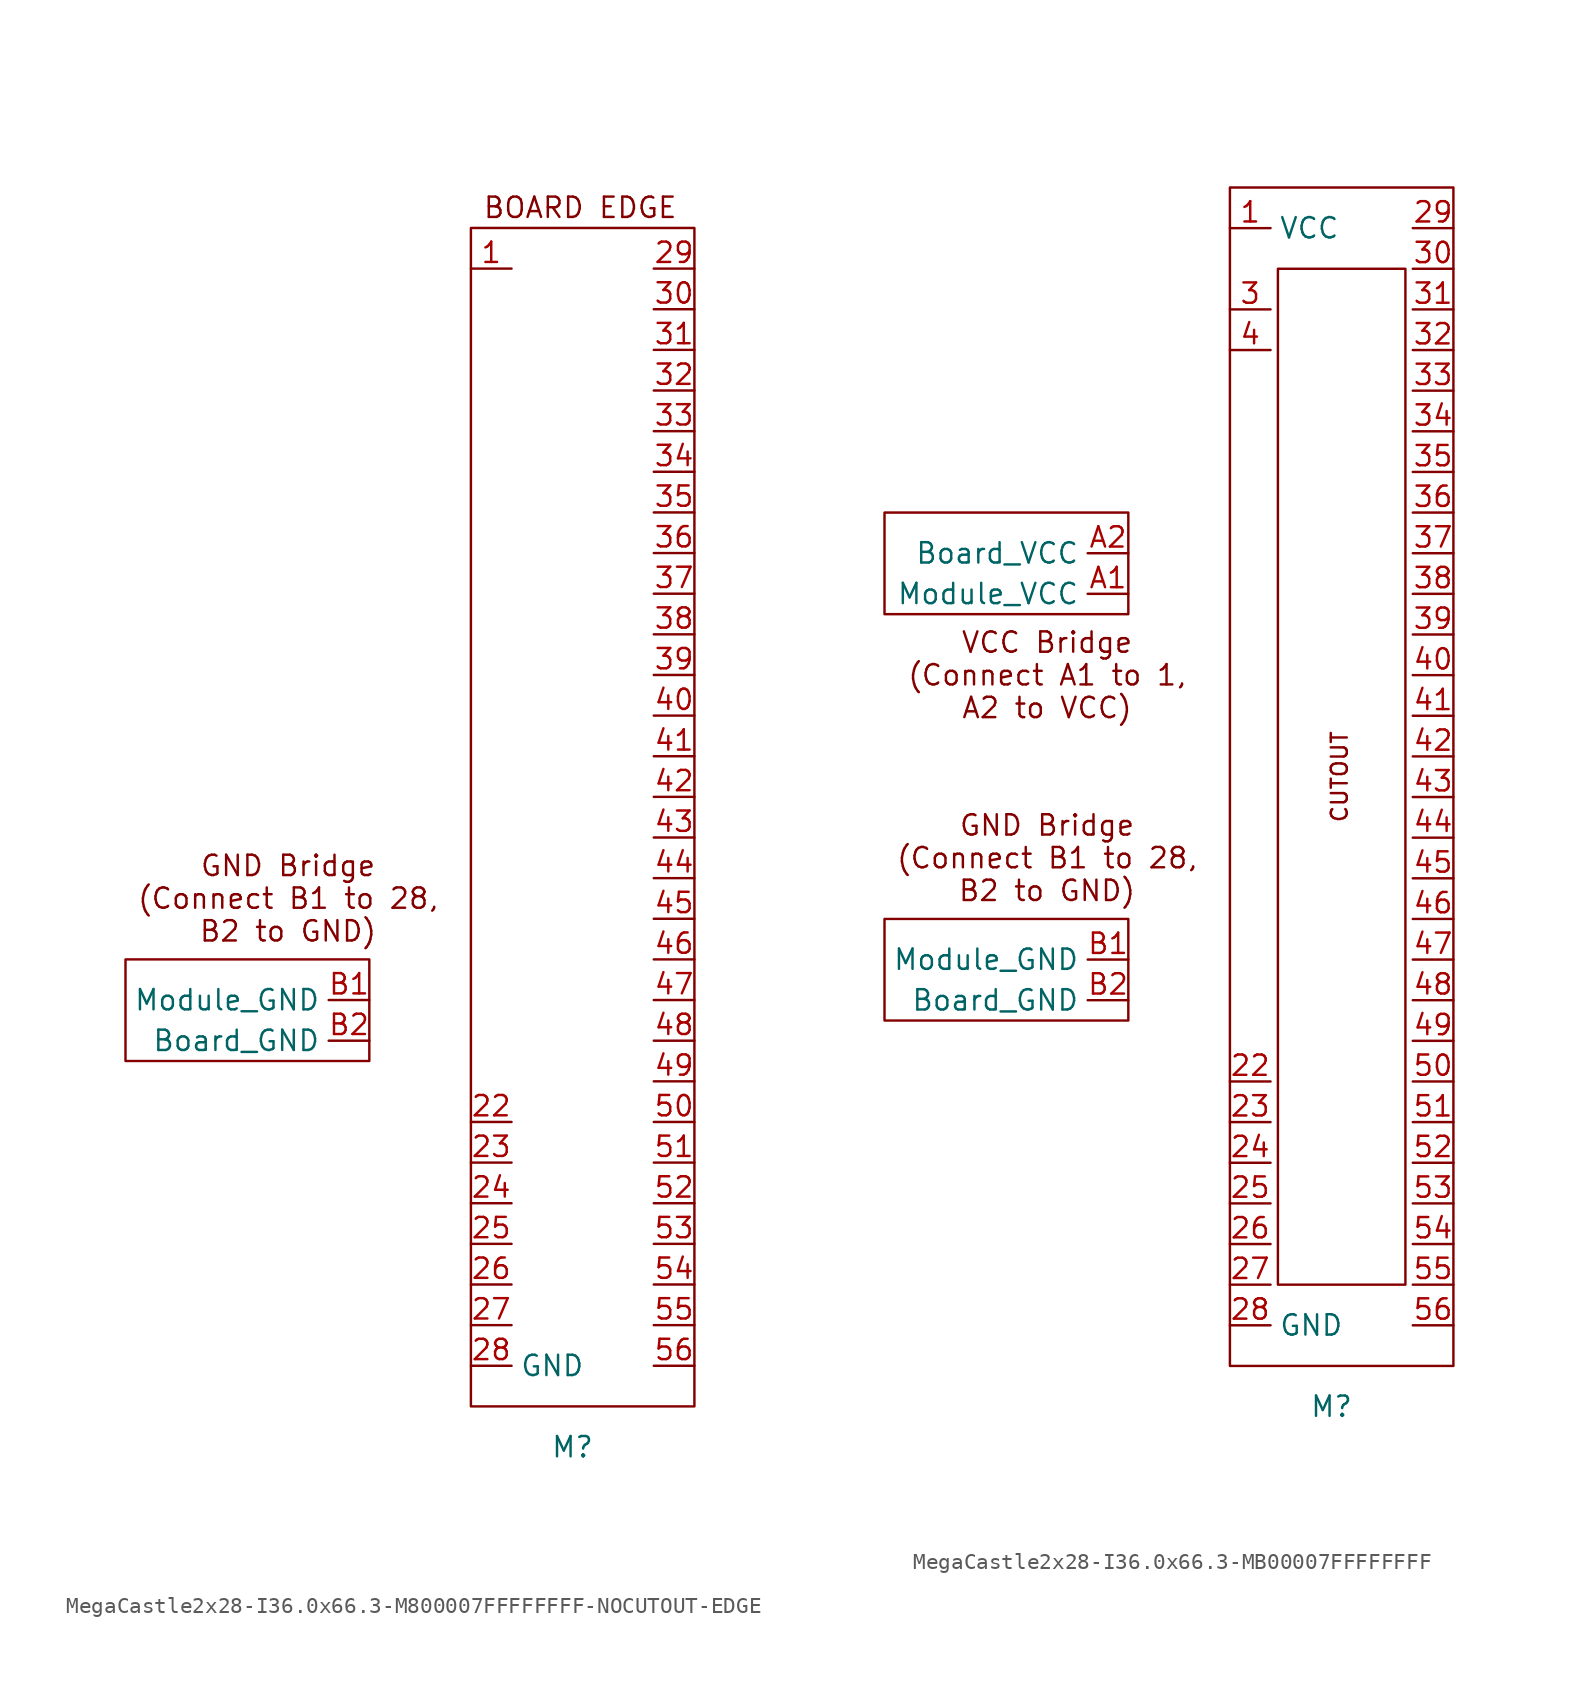
<source format=kicad_sym>
(kicad_symbol_lib
  (version 20231120)
  (generator "kicad_symbol_editor")
  (generator_version "8.0")
  (symbol "MegaCastle2x28-I36.0x66.3-M800007FFFFFFFF-NOCUTOUT-EDGE"
    (property "Reference" "M"
      (at 0 -39.37 0)
      (effects (font (size 1.27 1.27))))
    (property "Value" ""
      (at 0 5.08 0)
      (effects (font (size 1.27 1.27))))
    (symbol "MegaCastle2x28-I36.0x66.3-M800007FFFFFFFF-NOCUTOUT-EDGE_0_1"
      (rectangle (start -27.94 -8.89) (end -12.7 -15.24) (stroke (width 0) (type default)) (fill (type none)))
      (rectangle (start -6.35 36.83) (end 7.62 -36.83) (stroke (width 0) (type default)) (fill (type none))))
    (symbol "MegaCastle2x28-I36.0x66.3-M800007FFFFFFFF-NOCUTOUT-EDGE_1_1"
      (text " BOARD EDGE" (at 0 38.1 0) (effects (font (size 1.27 1.27))))
      (text "GND Bridge\n(Connect B1 to 28,\nB2 to GND)" (at -17.78 -5.08 0) (effects (font (size 1.27 1.27))))
      (pin bidirectional line (at -6.35 34.29 0) (length 2.54) (name "" (effects (font (size 1.27 1.27)))) (number "1" (effects (font (size 1.27 1.27)))))
      (pin bidirectional line (at -6.35 -19.05 0) (length 2.54) (name "" (effects (font (size 1.27 1.27)))) (number "22" (effects (font (size 1.27 1.27)))))
      (pin bidirectional line (at -6.35 -21.59 0) (length 2.54) (name "" (effects (font (size 1.27 1.27)))) (number "23" (effects (font (size 1.27 1.27)))))
      (pin bidirectional line (at -6.35 -24.13 0) (length 2.54) (name "" (effects (font (size 1.27 1.27)))) (number "24" (effects (font (size 1.27 1.27)))))
      (pin bidirectional line (at -6.35 -26.67 0) (length 2.54) (name "" (effects (font (size 1.27 1.27)))) (number "25" (effects (font (size 1.27 1.27)))))
      (pin bidirectional line (at -6.35 -29.21 0) (length 2.54) (name "" (effects (font (size 1.27 1.27)))) (number "26" (effects (font (size 1.27 1.27)))))
      (pin bidirectional line (at -6.35 -31.75 0) (length 2.54) (name "" (effects (font (size 1.27 1.27)))) (number "27" (effects (font (size 1.27 1.27)))))
      (pin bidirectional line (at -6.35 -34.29 0) (length 2.54) (name "GND" (effects (font (size 1.27 1.27)))) (number "28" (effects (font (size 1.27 1.27)))))
      (pin bidirectional line (at 7.62 34.29 180) (length 2.54) (name "" (effects (font (size 1.27 1.27)))) (number "29" (effects (font (size 1.27 1.27)))))
      (pin bidirectional line (at 7.62 31.75 180) (length 2.54) (name "" (effects (font (size 1.27 1.27)))) (number "30" (effects (font (size 1.27 1.27)))))
      (pin bidirectional line (at 7.62 29.21 180) (length 2.54) (name "" (effects (font (size 1.27 1.27)))) (number "31" (effects (font (size 1.27 1.27)))))
      (pin bidirectional line (at 7.62 26.67 180) (length 2.54) (name "" (effects (font (size 1.27 1.27)))) (number "32" (effects (font (size 1.27 1.27)))))
      (pin bidirectional line (at 7.62 24.13 180) (length 2.54) (name "" (effects (font (size 1.27 1.27)))) (number "33" (effects (font (size 1.27 1.27)))))
      (pin bidirectional line (at 7.62 21.59 180) (length 2.54) (name "" (effects (font (size 1.27 1.27)))) (number "34" (effects (font (size 1.27 1.27)))))
      (pin bidirectional line (at 7.62 19.05 180) (length 2.54) (name "" (effects (font (size 1.27 1.27)))) (number "35" (effects (font (size 1.27 1.27)))))
      (pin bidirectional line (at 7.62 16.51 180) (length 2.54) (name "" (effects (font (size 1.27 1.27)))) (number "36" (effects (font (size 1.27 1.27)))))
      (pin bidirectional line (at 7.62 13.97 180) (length 2.54) (name "" (effects (font (size 1.27 1.27)))) (number "37" (effects (font (size 1.27 1.27)))))
      (pin bidirectional line (at 7.62 11.43 180) (length 2.54) (name "" (effects (font (size 1.27 1.27)))) (number "38" (effects (font (size 1.27 1.27)))))
      (pin bidirectional line (at 7.62 8.89 180) (length 2.54) (name "" (effects (font (size 1.27 1.27)))) (number "39" (effects (font (size 1.27 1.27)))))
      (pin bidirectional line (at 7.62 6.35 180) (length 2.54) (name "" (effects (font (size 1.27 1.27)))) (number "40" (effects (font (size 1.27 1.27)))))
      (pin bidirectional line (at 7.62 3.81 180) (length 2.54) (name "" (effects (font (size 1.27 1.27)))) (number "41" (effects (font (size 1.27 1.27)))))
      (pin bidirectional line (at 7.62 1.27 180) (length 2.54) (name "" (effects (font (size 1.27 1.27)))) (number "42" (effects (font (size 1.27 1.27)))))
      (pin bidirectional line (at 7.62 -1.27 180) (length 2.54) (name "" (effects (font (size 1.27 1.27)))) (number "43" (effects (font (size 1.27 1.27)))))
      (pin bidirectional line (at 7.62 -3.81 180) (length 2.54) (name "" (effects (font (size 1.27 1.27)))) (number "44" (effects (font (size 1.27 1.27)))))
      (pin bidirectional line (at 7.62 -6.35 180) (length 2.54) (name "" (effects (font (size 1.27 1.27)))) (number "45" (effects (font (size 1.27 1.27)))))
      (pin bidirectional line (at 7.62 -8.89 180) (length 2.54) (name "" (effects (font (size 1.27 1.27)))) (number "46" (effects (font (size 1.27 1.27)))))
      (pin bidirectional line (at 7.62 -11.43 180) (length 2.54) (name "" (effects (font (size 1.27 1.27)))) (number "47" (effects (font (size 1.27 1.27)))))
      (pin bidirectional line (at 7.62 -13.97 180) (length 2.54) (name "" (effects (font (size 1.27 1.27)))) (number "48" (effects (font (size 1.27 1.27)))))
      (pin bidirectional line (at 7.62 -16.51 180) (length 2.54) (name "" (effects (font (size 1.27 1.27)))) (number "49" (effects (font (size 1.27 1.27)))))
      (pin bidirectional line (at 7.62 -19.05 180) (length 2.54) (name "" (effects (font (size 1.27 1.27)))) (number "50" (effects (font (size 1.27 1.27)))))
      (pin bidirectional line (at 7.62 -21.59 180) (length 2.54) (name "" (effects (font (size 1.27 1.27)))) (number "51" (effects (font (size 1.27 1.27)))))
      (pin bidirectional line (at 7.62 -24.13 180) (length 2.54) (name "" (effects (font (size 1.27 1.27)))) (number "52" (effects (font (size 1.27 1.27)))))
      (pin bidirectional line (at 7.62 -26.67 180) (length 2.54) (name "" (effects (font (size 1.27 1.27)))) (number "53" (effects (font (size 1.27 1.27)))))
      (pin bidirectional line (at 7.62 -29.21 180) (length 2.54) (name "" (effects (font (size 1.27 1.27)))) (number "54" (effects (font (size 1.27 1.27)))))
      (pin bidirectional line (at 7.62 -31.75 180) (length 2.54) (name "" (effects (font (size 1.27 1.27)))) (number "55" (effects (font (size 1.27 1.27)))))
      (pin bidirectional line (at 7.62 -34.29 180) (length 2.54) (name "" (effects (font (size 1.27 1.27)))) (number "56" (effects (font (size 1.27 1.27)))))
      (pin bidirectional line (at -12.7 -11.43 180) (length 2.54) (name "Module_GND" (effects (font (size 1.27 1.27)))) (number "B1" (effects (font (size 1.27 1.27)))))
      (pin bidirectional line (at -12.7 -13.97 180) (length 2.54) (name "Board_GND" (effects (font (size 1.27 1.27)))) (number "B2" (effects (font (size 1.27 1.27)))))))
  (symbol "MegaCastle2x28-I36.0x66.3-MB00007FFFFFFFF"
    (property "Reference" "M"
      (at 0 -39.37 0)
      (effects (font (size 1.27 1.27))))
    (property "Value" ""
      (at 0 5.08 0)
      (effects (font (size 1.27 1.27))))
    (symbol "MegaCastle2x28-I36.0x66.3-MB00007FFFFFFFF_0_1"
      (rectangle (start -27.94 -8.89) (end -12.7 -15.24) (stroke (width 0) (type default)) (fill (type none)))
      (rectangle (start -27.94 16.51) (end -12.7 10.16) (stroke (width 0) (type default)) (fill (type none)))
      (rectangle (start -6.35 36.83) (end 7.62 -36.83) (stroke (width 0) (type default)) (fill (type none)))
      (rectangle (start -3.35 31.75) (end 4.62 -31.75) (stroke (width 0) (type default)) (fill (type none))))
    (symbol "MegaCastle2x28-I36.0x66.3-MB00007FFFFFFFF_1_1"
      (text "CUTOUT" (at 0.5 0 900) (effects (font (size 1 1))))
      (text "GND Bridge\n(Connect B1 to 28,\nB2 to GND)" (at -17.78 -5.08 0) (effects (font (size 1.27 1.27))))
      (text "VCC Bridge\n(Connect A1 to 1,\nA2 to VCC)" (at -17.78 6.35 0) (effects (font (size 1.27 1.27))))
      (pin bidirectional line (at -6.35 34.29 0) (length 2.54) (name "VCC" (effects (font (size 1.27 1.27)))) (number "1" (effects (font (size 1.27 1.27)))))
      (pin bidirectional line (at -6.35 -19.05 0) (length 2.54) (name "" (effects (font (size 1.27 1.27)))) (number "22" (effects (font (size 1.27 1.27)))))
      (pin bidirectional line (at -6.35 -21.59 0) (length 2.54) (name "" (effects (font (size 1.27 1.27)))) (number "23" (effects (font (size 1.27 1.27)))))
      (pin bidirectional line (at -6.35 -24.13 0) (length 2.54) (name "" (effects (font (size 1.27 1.27)))) (number "24" (effects (font (size 1.27 1.27)))))
      (pin bidirectional line (at -6.35 -26.67 0) (length 2.54) (name "" (effects (font (size 1.27 1.27)))) (number "25" (effects (font (size 1.27 1.27)))))
      (pin bidirectional line (at -6.35 -29.21 0) (length 2.54) (name "" (effects (font (size 1.27 1.27)))) (number "26" (effects (font (size 1.27 1.27)))))
      (pin bidirectional line (at -6.35 -31.75 0) (length 2.54) (name "" (effects (font (size 1.27 1.27)))) (number "27" (effects (font (size 1.27 1.27)))))
      (pin bidirectional line (at -6.35 -34.29 0) (length 2.54) (name "GND" (effects (font (size 1.27 1.27)))) (number "28" (effects (font (size 1.27 1.27)))))
      (pin bidirectional line (at 7.62 34.29 180) (length 2.54) (name "" (effects (font (size 1.27 1.27)))) (number "29" (effects (font (size 1.27 1.27)))))
      (pin bidirectional line (at -6.35 29.21 0) (length 2.54) (name "" (effects (font (size 1.27 1.27)))) (number "3" (effects (font (size 1.27 1.27)))))
      (pin bidirectional line (at 7.62 31.75 180) (length 2.54) (name "" (effects (font (size 1.27 1.27)))) (number "30" (effects (font (size 1.27 1.27)))))
      (pin bidirectional line (at 7.62 29.21 180) (length 2.54) (name "" (effects (font (size 1.27 1.27)))) (number "31" (effects (font (size 1.27 1.27)))))
      (pin bidirectional line (at 7.62 26.67 180) (length 2.54) (name "" (effects (font (size 1.27 1.27)))) (number "32" (effects (font (size 1.27 1.27)))))
      (pin bidirectional line (at 7.62 24.13 180) (length 2.54) (name "" (effects (font (size 1.27 1.27)))) (number "33" (effects (font (size 1.27 1.27)))))
      (pin bidirectional line (at 7.62 21.59 180) (length 2.54) (name "" (effects (font (size 1.27 1.27)))) (number "34" (effects (font (size 1.27 1.27)))))
      (pin bidirectional line (at 7.62 19.05 180) (length 2.54) (name "" (effects (font (size 1.27 1.27)))) (number "35" (effects (font (size 1.27 1.27)))))
      (pin bidirectional line (at 7.62 16.51 180) (length 2.54) (name "" (effects (font (size 1.27 1.27)))) (number "36" (effects (font (size 1.27 1.27)))))
      (pin bidirectional line (at 7.62 13.97 180) (length 2.54) (name "" (effects (font (size 1.27 1.27)))) (number "37" (effects (font (size 1.27 1.27)))))
      (pin bidirectional line (at 7.62 11.43 180) (length 2.54) (name "" (effects (font (size 1.27 1.27)))) (number "38" (effects (font (size 1.27 1.27)))))
      (pin bidirectional line (at 7.62 8.89 180) (length 2.54) (name "" (effects (font (size 1.27 1.27)))) (number "39" (effects (font (size 1.27 1.27)))))
      (pin bidirectional line (at -6.35 26.67 0) (length 2.54) (name "" (effects (font (size 1.27 1.27)))) (number "4" (effects (font (size 1.27 1.27)))))
      (pin bidirectional line (at 7.62 6.35 180) (length 2.54) (name "" (effects (font (size 1.27 1.27)))) (number "40" (effects (font (size 1.27 1.27)))))
      (pin bidirectional line (at 7.62 3.81 180) (length 2.54) (name "" (effects (font (size 1.27 1.27)))) (number "41" (effects (font (size 1.27 1.27)))))
      (pin bidirectional line (at 7.62 1.27 180) (length 2.54) (name "" (effects (font (size 1.27 1.27)))) (number "42" (effects (font (size 1.27 1.27)))))
      (pin bidirectional line (at 7.62 -1.27 180) (length 2.54) (name "" (effects (font (size 1.27 1.27)))) (number "43" (effects (font (size 1.27 1.27)))))
      (pin bidirectional line (at 7.62 -3.81 180) (length 2.54) (name "" (effects (font (size 1.27 1.27)))) (number "44" (effects (font (size 1.27 1.27)))))
      (pin bidirectional line (at 7.62 -6.35 180) (length 2.54) (name "" (effects (font (size 1.27 1.27)))) (number "45" (effects (font (size 1.27 1.27)))))
      (pin bidirectional line (at 7.62 -8.89 180) (length 2.54) (name "" (effects (font (size 1.27 1.27)))) (number "46" (effects (font (size 1.27 1.27)))))
      (pin bidirectional line (at 7.62 -11.43 180) (length 2.54) (name "" (effects (font (size 1.27 1.27)))) (number "47" (effects (font (size 1.27 1.27)))))
      (pin bidirectional line (at 7.62 -13.97 180) (length 2.54) (name "" (effects (font (size 1.27 1.27)))) (number "48" (effects (font (size 1.27 1.27)))))
      (pin bidirectional line (at 7.62 -16.51 180) (length 2.54) (name "" (effects (font (size 1.27 1.27)))) (number "49" (effects (font (size 1.27 1.27)))))
      (pin bidirectional line (at 7.62 -19.05 180) (length 2.54) (name "" (effects (font (size 1.27 1.27)))) (number "50" (effects (font (size 1.27 1.27)))))
      (pin bidirectional line (at 7.62 -21.59 180) (length 2.54) (name "" (effects (font (size 1.27 1.27)))) (number "51" (effects (font (size 1.27 1.27)))))
      (pin bidirectional line (at 7.62 -24.13 180) (length 2.54) (name "" (effects (font (size 1.27 1.27)))) (number "52" (effects (font (size 1.27 1.27)))))
      (pin bidirectional line (at 7.62 -26.67 180) (length 2.54) (name "" (effects (font (size 1.27 1.27)))) (number "53" (effects (font (size 1.27 1.27)))))
      (pin bidirectional line (at 7.62 -29.21 180) (length 2.54) (name "" (effects (font (size 1.27 1.27)))) (number "54" (effects (font (size 1.27 1.27)))))
      (pin bidirectional line (at 7.62 -31.75 180) (length 2.54) (name "" (effects (font (size 1.27 1.27)))) (number "55" (effects (font (size 1.27 1.27)))))
      (pin bidirectional line (at 7.62 -34.29 180) (length 2.54) (name "" (effects (font (size 1.27 1.27)))) (number "56" (effects (font (size 1.27 1.27)))))
      (pin bidirectional line (at -12.7 11.43 180) (length 2.54) (name "Module_VCC" (effects (font (size 1.27 1.27)))) (number "A1" (effects (font (size 1.27 1.27)))))
      (pin bidirectional line (at -12.7 13.97 180) (length 2.54) (name "Board_VCC" (effects (font (size 1.27 1.27)))) (number "A2" (effects (font (size 1.27 1.27)))))
      (pin bidirectional line (at -12.7 -11.43 180) (length 2.54) (name "Module_GND" (effects (font (size 1.27 1.27)))) (number "B1" (effects (font (size 1.27 1.27)))))
      (pin bidirectional line (at -12.7 -13.97 180) (length 2.54) (name "Board_GND" (effects (font (size 1.27 1.27)))) (number "B2" (effects (font (size 1.27 1.27))))))))
</source>
